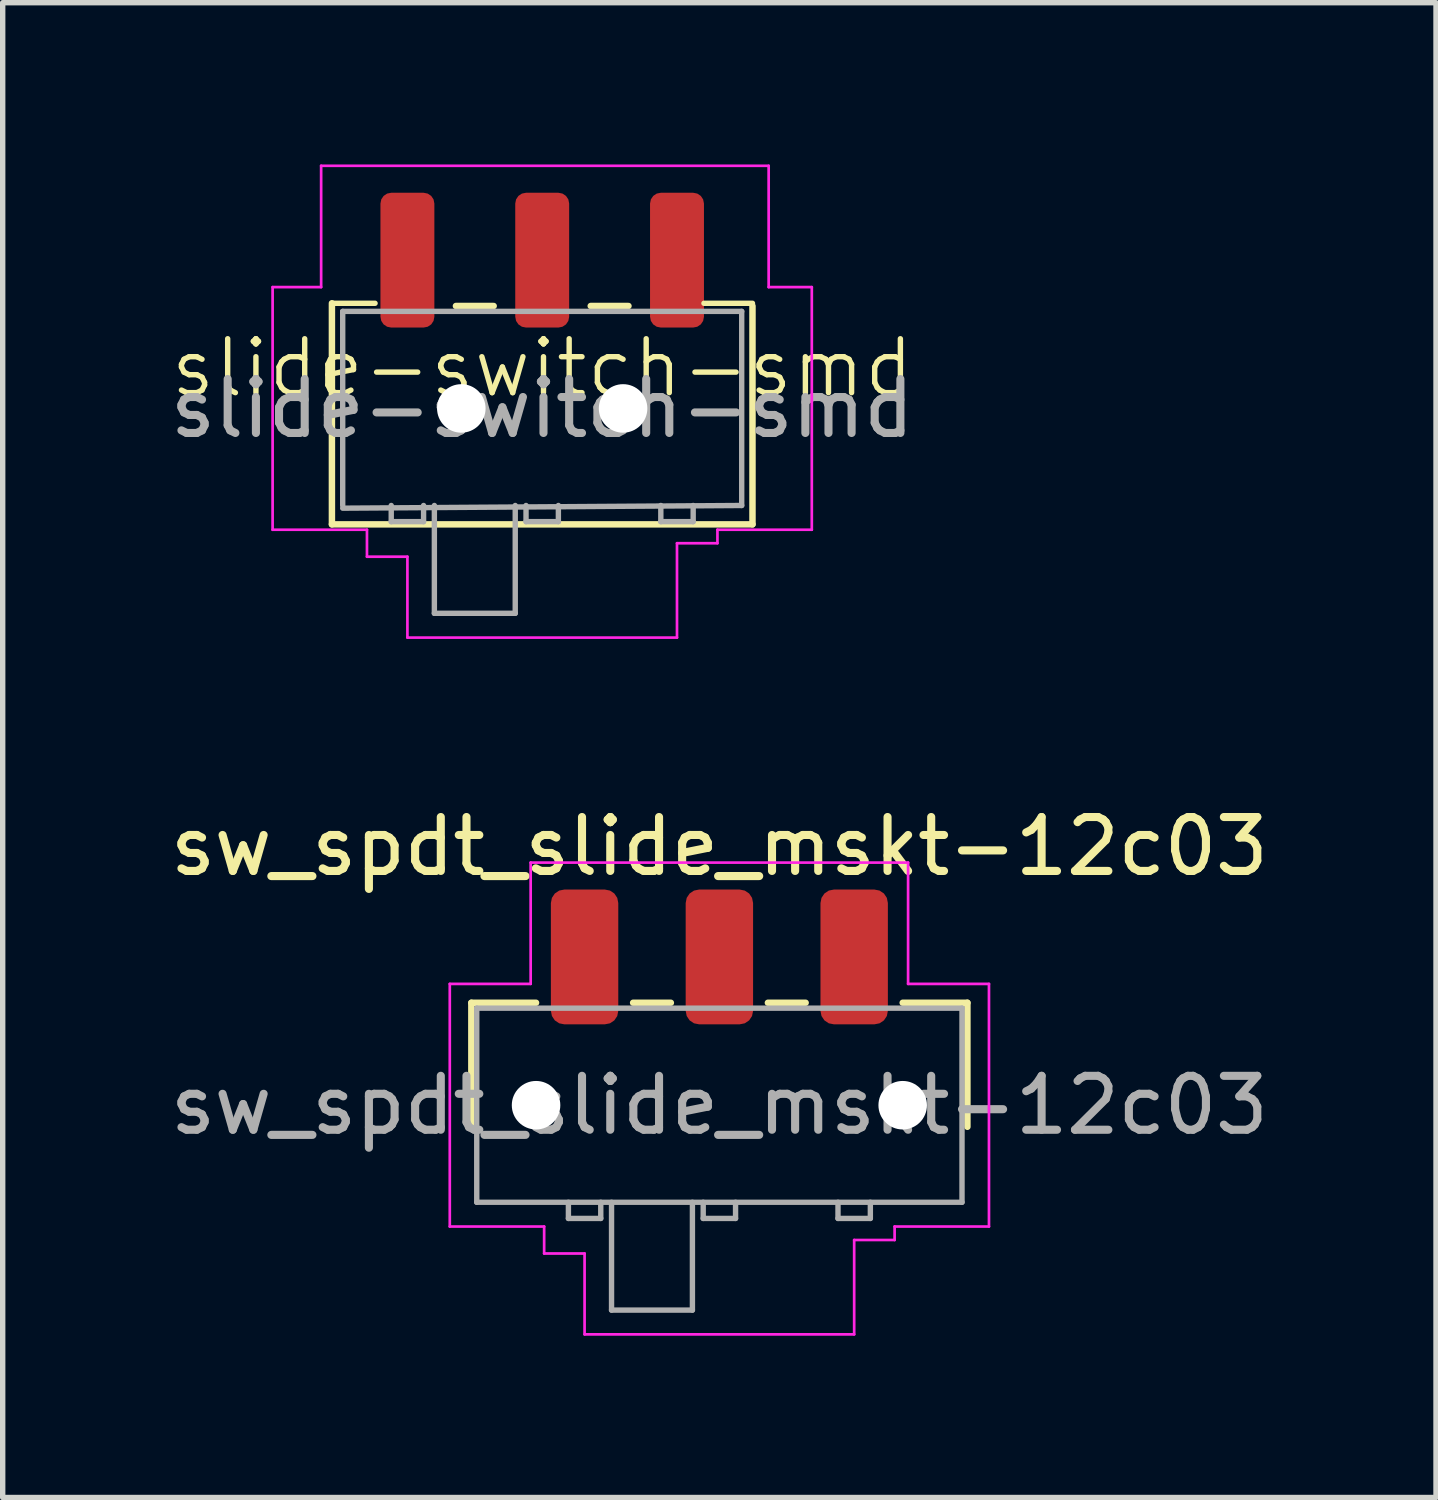
<source format=kicad_pcb>
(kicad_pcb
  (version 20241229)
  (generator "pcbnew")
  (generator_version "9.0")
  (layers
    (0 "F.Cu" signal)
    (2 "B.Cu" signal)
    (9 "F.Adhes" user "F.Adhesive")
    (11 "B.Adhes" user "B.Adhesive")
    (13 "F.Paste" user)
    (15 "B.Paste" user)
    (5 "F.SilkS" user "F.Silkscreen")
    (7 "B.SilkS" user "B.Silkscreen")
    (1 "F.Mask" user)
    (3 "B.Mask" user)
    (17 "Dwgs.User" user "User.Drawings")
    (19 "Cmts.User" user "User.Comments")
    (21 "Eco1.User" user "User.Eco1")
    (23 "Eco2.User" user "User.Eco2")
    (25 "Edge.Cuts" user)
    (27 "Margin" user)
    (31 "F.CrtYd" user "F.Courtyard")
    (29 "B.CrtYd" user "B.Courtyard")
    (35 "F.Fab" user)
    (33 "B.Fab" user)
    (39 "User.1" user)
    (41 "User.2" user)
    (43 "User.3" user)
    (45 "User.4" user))
  (footprint "slide-switch-smd"
    (layer "F.Cu")
    (at 7.006 4.275)
    (property "Reference" "slide-switch-smd" (at 0 -0.5 0) (unlocked yes) (layer "F.SilkS") (effects (font (size 1 1) (thickness 0.1))))
    (attr smd)
    (fp_line (start -3.9 2.4) (end -3.9 -1.7) (stroke (width 0.12) (type solid)) (layer "F.SilkS"))
    (fp_line (start -3.9 2.4) (end 3.9 2.4) (stroke (width 0.12) (type solid)) (layer "F.SilkS"))
    (fp_line (start -3.1 -1.7) (end -3.9 -1.7) (stroke (width 0.1) (type default)) (layer "F.SilkS"))
    (fp_line (start -0.9 -1.65) (end -1.6 -1.65) (stroke (width 0.12) (type solid)) (layer "F.SilkS"))
    (fp_line (start 1.6 -1.65) (end 0.9 -1.65) (stroke (width 0.12) (type solid)) (layer "F.SilkS"))
    (fp_line (start 3 -1.7) (end 3.9 -1.7) (stroke (width 0.1) (type default)) (layer "F.SilkS"))
    (fp_line (start 3.9 -1.65) (end 3.9 2.4) (stroke (width 0.12) (type solid)) (layer "F.SilkS"))
    (fp_line (start -5 -2) (end -5 2.5) (stroke (width 0.05) (type solid)) (layer "F.CrtYd"))
    (fp_line (start -5 2.5) (end -3.25 2.5) (stroke (width 0.05) (type solid)) (layer "F.CrtYd"))
    (fp_line (start -4.1 -4.25) (end -4.1 -2) (stroke (width 0.05) (type solid)) (layer "F.CrtYd"))
    (fp_line (start -4.1 -2) (end -5 -2) (stroke (width 0.05) (type solid)) (layer "F.CrtYd"))
    (fp_line (start -3.25 2.5) (end -3.25 3) (stroke (width 0.05) (type solid)) (layer "F.CrtYd"))
    (fp_line (start -3.25 3) (end -2.5 3) (stroke (width 0.05) (type solid)) (layer "F.CrtYd"))
    (fp_line (start -2.5 3) (end -2.5 4.5) (stroke (width 0.05) (type solid)) (layer "F.CrtYd"))
    (fp_line (start -2.5 4.5) (end 2.5 4.5) (stroke (width 0.05) (type solid)) (layer "F.CrtYd"))
    (fp_line (start 2.5 2.75) (end 3.25 2.75) (stroke (width 0.05) (type solid)) (layer "F.CrtYd"))
    (fp_line (start 2.5 4.5) (end 2.5 2.75) (stroke (width 0.05) (type solid)) (layer "F.CrtYd"))
    (fp_line (start 3.25 2.5) (end 5 2.5) (stroke (width 0.05) (type solid)) (layer "F.CrtYd"))
    (fp_line (start 3.25 2.75) (end 3.25 2.5) (stroke (width 0.05) (type solid)) (layer "F.CrtYd"))
    (fp_line (start 4.2 -4.25) (end -4.1 -4.25) (stroke (width 0.05) (type solid)) (layer "F.CrtYd"))
    (fp_line (start 4.2 -2) (end 4.2 -4.25) (stroke (width 0.05) (type solid)) (layer "F.CrtYd"))
    (fp_line (start 5 -2) (end 4.2 -2) (stroke (width 0.05) (type solid)) (layer "F.CrtYd"))
    (fp_line (start 5 2.5) (end 5 -2) (stroke (width 0.05) (type solid)) (layer "F.CrtYd"))
    (fp_line (start -3.7 -1.55) (end -3.7 2.05) (stroke (width 0.1) (type solid)) (layer "F.Fab"))
    (fp_line (start -3.7 -1.55) (end 3.7 -1.55) (stroke (width 0.1) (type default)) (layer "F.Fab"))
    (fp_line (start -3.7 2.1) (end 3.7 2.05) (stroke (width 0.1) (type default)) (layer "F.Fab"))
    (fp_line (start -2.8 2.35) (end -2.8 2.05) (stroke (width 0.1) (type solid)) (layer "F.Fab"))
    (fp_line (start -2.2 2.05) (end -2.2 2.35) (stroke (width 0.1) (type solid)) (layer "F.Fab"))
    (fp_line (start -2.2 2.35) (end -2.8 2.35) (stroke (width 0.1) (type solid)) (layer "F.Fab"))
    (fp_line (start -2 4.05) (end -2 2.05) (stroke (width 0.1) (type solid)) (layer "F.Fab"))
    (fp_line (start -0.5 2.05) (end -0.5 4.05) (stroke (width 0.1) (type solid)) (layer "F.Fab"))
    (fp_line (start -0.5 4.05) (end -2 4.05) (stroke (width 0.1) (type solid)) (layer "F.Fab"))
    (fp_line (start -0.3 2.35) (end -0.3 2.05) (stroke (width 0.1) (type solid)) (layer "F.Fab"))
    (fp_line (start 0.3 2.05) (end 0.3 2.35) (stroke (width 0.1) (type solid)) (layer "F.Fab"))
    (fp_line (start 0.3 2.35) (end -0.3 2.35) (stroke (width 0.1) (type solid)) (layer "F.Fab"))
    (fp_line (start 2.2 2.05) (end 2.2 2.35) (stroke (width 0.1) (type solid)) (layer "F.Fab"))
    (fp_line (start 2.2 2.35) (end 2.8 2.35) (stroke (width 0.1) (type solid)) (layer "F.Fab"))
    (fp_line (start 2.8 2.35) (end 2.8 2.05) (stroke (width 0.1) (type solid)) (layer "F.Fab"))
    (fp_line (start 3.7 -1.55) (end 3.7 2.05) (stroke (width 0.1) (type solid)) (layer "F.Fab"))
    (fp_text user "${REFERENCE}" (at 0 0.25 180) (layer "F.Fab") (effects (font (size 1 1) (thickness 0.15))))
    (pad "" np_thru_hole circle (at -1.5 0.25) (size 0.9 0.9) (drill 0.9) (layers "*.Cu" "*.Mask"))
    (pad "" np_thru_hole circle (at 1.5 0.25) (size 0.9 0.9) (drill 0.9) (layers "*.Cu" "*.Mask"))
    (pad "1" smd roundrect (at -2.5 -2.5) (size 1 2.5) (layers "F.Cu" "F.Mask" "F.Paste") (roundrect_rratio 0.2))
    (pad "2" smd roundrect (at 0 -2.5) (size 1 2.5) (layers "F.Cu" "F.Mask" "F.Paste") (roundrect_rratio 0.2))
    (pad "3" smd roundrect (at 2.5 -2.5) (size 1 2.5) (layers "F.Cu" "F.Mask" "F.Paste") (roundrect_rratio 0.2)))
  (footprint "sw_spdt_slide_mskt-12c03"
    (layer "F.Cu")
    (at 10.292 17.448)
    (property "Reference" "sw_spdt_slide_mskt-12c03" (at 0 -4.8 0) (layer "F.SilkS") (effects (font (size 1 1) (thickness 0.15))))
    (attr smd)
    (fp_line (start -4.6 -1.9) (end -3.4 -1.9) (stroke (width 0.12) (type solid)) (layer "F.SilkS"))
    (fp_line (start -4.6 0.4) (end -4.6 -1.9) (stroke (width 0.12) (type solid)) (layer "F.SilkS"))
    (fp_line (start -0.9 -1.9) (end -1.6 -1.9) (stroke (width 0.12) (type solid)) (layer "F.SilkS"))
    (fp_line (start 1.6 -1.9) (end 0.9 -1.9) (stroke (width 0.12) (type solid)) (layer "F.SilkS"))
    (fp_line (start 3.4 -1.9) (end 4.6 -1.9) (stroke (width 0.12) (type solid)) (layer "F.SilkS"))
    (fp_line (start 4.6 -1.9) (end 4.6 0.4) (stroke (width 0.12) (type solid)) (layer "F.SilkS"))
    (fp_line (start -5 -2.25) (end -5 2.25) (stroke (width 0.05) (type solid)) (layer "F.CrtYd"))
    (fp_line (start -5 2.25) (end -3.25 2.25) (stroke (width 0.05) (type solid)) (layer "F.CrtYd"))
    (fp_line (start -3.5 -4.5) (end -3.5 -2.25) (stroke (width 0.05) (type solid)) (layer "F.CrtYd"))
    (fp_line (start -3.5 -2.25) (end -5 -2.25) (stroke (width 0.05) (type solid)) (layer "F.CrtYd"))
    (fp_line (start -3.25 2.25) (end -3.25 2.75) (stroke (width 0.05) (type solid)) (layer "F.CrtYd"))
    (fp_line (start -3.25 2.75) (end -2.5 2.75) (stroke (width 0.05) (type solid)) (layer "F.CrtYd"))
    (fp_line (start -2.5 2.75) (end -2.5 4.25) (stroke (width 0.05) (type solid)) (layer "F.CrtYd"))
    (fp_line (start -2.5 4.25) (end 2.5 4.25) (stroke (width 0.05) (type solid)) (layer "F.CrtYd"))
    (fp_line (start 2.5 2.5) (end 3.25 2.5) (stroke (width 0.05) (type solid)) (layer "F.CrtYd"))
    (fp_line (start 2.5 4.25) (end 2.5 2.5) (stroke (width 0.05) (type solid)) (layer "F.CrtYd"))
    (fp_line (start 3.25 2.25) (end 5 2.25) (stroke (width 0.05) (type solid)) (layer "F.CrtYd"))
    (fp_line (start 3.25 2.5) (end 3.25 2.25) (stroke (width 0.05) (type solid)) (layer "F.CrtYd"))
    (fp_line (start 3.5 -4.5) (end -3.5 -4.5) (stroke (width 0.05) (type solid)) (layer "F.CrtYd"))
    (fp_line (start 3.5 -2.25) (end 3.5 -4.5) (stroke (width 0.05) (type solid)) (layer "F.CrtYd"))
    (fp_line (start 5 -2.25) (end 3.5 -2.25) (stroke (width 0.05) (type solid)) (layer "F.CrtYd"))
    (fp_line (start 5 2.25) (end 5 -2.25) (stroke (width 0.05) (type solid)) (layer "F.CrtYd"))
    (fp_line (start -4.5 -1.8) (end -4.5 1.8) (stroke (width 0.1) (type solid)) (layer "F.Fab"))
    (fp_line (start -4.5 -1.8) (end 4.5 -1.8) (stroke (width 0.1) (type solid)) (layer "F.Fab"))
    (fp_line (start -2.8 2.1) (end -2.8 1.8) (stroke (width 0.1) (type solid)) (layer "F.Fab"))
    (fp_line (start -2.2 1.8) (end -2.2 2.1) (stroke (width 0.1) (type solid)) (layer "F.Fab"))
    (fp_line (start -2.2 2.1) (end -2.8 2.1) (stroke (width 0.1) (type solid)) (layer "F.Fab"))
    (fp_line (start -2 3.8) (end -2 1.8) (stroke (width 0.1) (type solid)) (layer "F.Fab"))
    (fp_line (start -0.5 1.8) (end -0.5 3.8) (stroke (width 0.1) (type solid)) (layer "F.Fab"))
    (fp_line (start -0.5 3.8) (end -2 3.8) (stroke (width 0.1) (type solid)) (layer "F.Fab"))
    (fp_line (start -0.3 2.1) (end -0.3 1.8) (stroke (width 0.1) (type solid)) (layer "F.Fab"))
    (fp_line (start 0.3 1.8) (end 0.3 2.1) (stroke (width 0.1) (type solid)) (layer "F.Fab"))
    (fp_line (start 0.3 2.1) (end -0.3 2.1) (stroke (width 0.1) (type solid)) (layer "F.Fab"))
    (fp_line (start 2.2 1.8) (end 2.2 2.1) (stroke (width 0.1) (type solid)) (layer "F.Fab"))
    (fp_line (start 2.2 2.1) (end 2.8 2.1) (stroke (width 0.1) (type solid)) (layer "F.Fab"))
    (fp_line (start 2.8 2.1) (end 2.8 1.8) (stroke (width 0.1) (type solid)) (layer "F.Fab"))
    (fp_line (start 4.5 -1.8) (end 4.5 1.8) (stroke (width 0.1) (type solid)) (layer "F.Fab"))
    (fp_line (start 4.5 1.8) (end -4.5 1.8) (stroke (width 0.1) (type solid)) (layer "F.Fab"))
    (fp_text user "${REFERENCE}" (at 0 0 0) (layer "F.Fab") (effects (font (size 1 1) (thickness 0.15))))
    (pad "" np_thru_hole circle (at -3.4 0) (size 0.9 0.9) (drill 0.9) (layers "*.Cu" "*.Mask"))
    (pad "" np_thru_hole circle (at 3.4 0) (size 0.9 0.9) (drill 0.9) (layers "*.Cu" "*.Mask"))
    (pad "1" smd roundrect (at -2.5 -2.75) (size 1.25 2.5) (layers "F.Cu" "F.Mask" "F.Paste") (roundrect_rratio 0.2))
    (pad "2" smd roundrect (at 0 -2.75) (size 1.25 2.5) (layers "F.Cu" "F.Mask" "F.Paste") (roundrect_rratio 0.2))
    (pad "3" smd roundrect (at 2.5 -2.75) (size 1.25 2.5) (layers "F.Cu" "F.Mask" "F.Paste") (roundrect_rratio 0.2)))
  (gr_rect
    (start -3 -3)
    (end 23.583 24.723)
    (stroke (width 0.1) (type default))
    (fill no)
    (layer "Edge.Cuts")))
</source>
